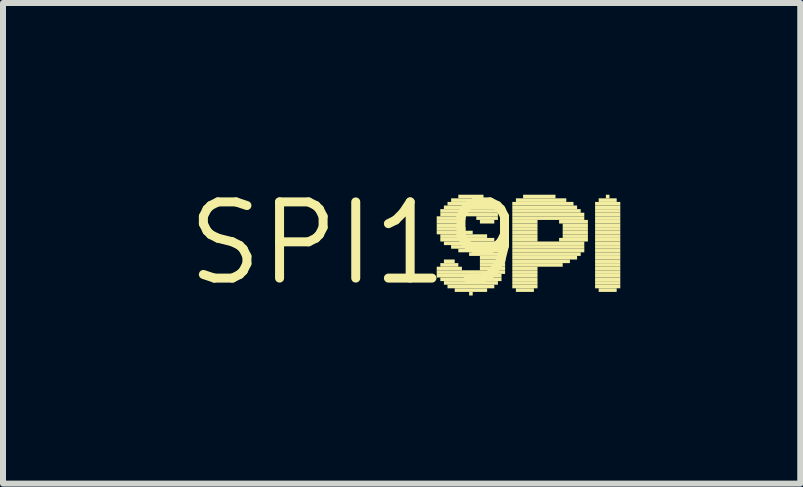
<source format=kicad_pcb>
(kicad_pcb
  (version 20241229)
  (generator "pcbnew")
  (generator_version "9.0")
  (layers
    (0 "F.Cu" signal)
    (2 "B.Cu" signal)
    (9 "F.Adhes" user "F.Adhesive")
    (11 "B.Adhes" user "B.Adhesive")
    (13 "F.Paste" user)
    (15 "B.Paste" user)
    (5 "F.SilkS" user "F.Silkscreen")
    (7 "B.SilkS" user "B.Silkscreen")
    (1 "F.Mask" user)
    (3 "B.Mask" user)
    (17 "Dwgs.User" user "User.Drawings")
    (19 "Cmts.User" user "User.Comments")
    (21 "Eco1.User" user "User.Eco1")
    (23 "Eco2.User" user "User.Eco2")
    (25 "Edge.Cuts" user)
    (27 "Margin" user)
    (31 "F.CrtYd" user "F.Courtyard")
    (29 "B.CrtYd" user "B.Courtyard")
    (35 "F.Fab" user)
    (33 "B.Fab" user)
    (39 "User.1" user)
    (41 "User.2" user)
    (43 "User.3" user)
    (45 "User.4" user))
  (footprint "SPI19"
    (layer "F.Cu")
    (at 2.85 1.006)
    (property "Reference" "SPI19" (at 0 0 0) (layer "F.SilkS") (effects (font (size 1.27 1.27) (thickness 0.15))))
    (fp_poly (pts (xy 1.38 -0.39) (xy 1.86 -0.39) (xy 1.86 -0.45) (xy 1.38 -0.45)) (stroke (width 0) (type solid)) (fill yes) (layer "F.SilkS"))
    (fp_poly (pts (xy 1.38 -0.33) (xy 1.8 -0.33) (xy 1.8 -0.39) (xy 1.38 -0.39)) (stroke (width 0) (type solid)) (fill yes) (layer "F.SilkS"))
    (fp_poly (pts (xy 1.38 -0.27) (xy 1.8 -0.27) (xy 1.8 -0.33) (xy 1.38 -0.33)) (stroke (width 0) (type solid)) (fill yes) (layer "F.SilkS"))
    (fp_poly (pts (xy 1.38 -0.21) (xy 1.86 -0.21) (xy 1.86 -0.27) (xy 1.38 -0.27)) (stroke (width 0) (type solid)) (fill yes) (layer "F.SilkS"))
    (fp_poly (pts (xy 1.38 -0.15) (xy 1.98 -0.15) (xy 1.98 -0.21) (xy 1.38 -0.21)) (stroke (width 0) (type solid)) (fill yes) (layer "F.SilkS"))
    (fp_poly (pts (xy 1.38 0.45) (xy 1.8 0.45) (xy 1.8 0.39) (xy 1.38 0.39)) (stroke (width 0) (type solid)) (fill yes) (layer "F.SilkS"))
    (fp_poly (pts (xy 1.38 0.51) (xy 2.52 0.51) (xy 2.52 0.45) (xy 1.38 0.45)) (stroke (width 0) (type solid)) (fill yes) (layer "F.SilkS"))
    (fp_poly (pts (xy 1.38 0.57) (xy 2.46 0.57) (xy 2.46 0.51) (xy 1.38 0.51)) (stroke (width 0) (type solid)) (fill yes) (layer "F.SilkS"))
    (fp_poly (pts (xy 1.44 -0.51) (xy 2.46 -0.51) (xy 2.46 -0.57) (xy 1.44 -0.57)) (stroke (width 0) (type solid)) (fill yes) (layer "F.SilkS"))
    (fp_poly (pts (xy 1.44 -0.45) (xy 2.4 -0.45) (xy 2.4 -0.51) (xy 1.44 -0.51)) (stroke (width 0) (type solid)) (fill yes) (layer "F.SilkS"))
    (fp_poly (pts (xy 1.44 -0.09) (xy 2.22 -0.09) (xy 2.22 -0.15) (xy 1.44 -0.15)) (stroke (width 0) (type solid)) (fill yes) (layer "F.SilkS"))
    (fp_poly (pts (xy 1.44 -0.03) (xy 2.34 -0.03) (xy 2.34 -0.09) (xy 1.44 -0.09)) (stroke (width 0) (type solid)) (fill yes) (layer "F.SilkS"))
    (fp_poly (pts (xy 1.44 0.39) (xy 1.74 0.39) (xy 1.74 0.33) (xy 1.44 0.33)) (stroke (width 0) (type solid)) (fill yes) (layer "F.SilkS"))
    (fp_poly (pts (xy 1.44 0.63) (xy 2.46 0.63) (xy 2.46 0.57) (xy 1.44 0.57)) (stroke (width 0) (type solid)) (fill yes) (layer "F.SilkS"))
    (fp_poly (pts (xy 1.5 -0.57) (xy 2.4 -0.57) (xy 2.4 -0.63) (xy 1.5 -0.63)) (stroke (width 0) (type solid)) (fill yes) (layer "F.SilkS"))
    (fp_poly (pts (xy 1.5 0.03) (xy 2.46 0.03) (xy 2.46 -0.03) (xy 1.5 -0.03)) (stroke (width 0) (type solid)) (fill yes) (layer "F.SilkS"))
    (fp_poly (pts (xy 1.5 0.33) (xy 1.68 0.33) (xy 1.68 0.27) (xy 1.5 0.27)) (stroke (width 0) (type solid)) (fill yes) (layer "F.SilkS"))
    (fp_poly (pts (xy 1.5 0.69) (xy 2.4 0.69) (xy 2.4 0.63) (xy 1.5 0.63)) (stroke (width 0) (type solid)) (fill yes) (layer "F.SilkS"))
    (fp_poly (pts (xy 1.56 -0.63) (xy 2.4 -0.63) (xy 2.4 -0.69) (xy 1.56 -0.69)) (stroke (width 0) (type solid)) (fill yes) (layer "F.SilkS"))
    (fp_poly (pts (xy 1.56 0.75) (xy 2.34 0.75) (xy 2.34 0.69) (xy 1.56 0.69)) (stroke (width 0) (type solid)) (fill yes) (layer "F.SilkS"))
    (fp_poly (pts (xy 1.62 -0.69) (xy 2.28 -0.69) (xy 2.28 -0.75) (xy 1.62 -0.75)) (stroke (width 0) (type solid)) (fill yes) (layer "F.SilkS"))
    (fp_poly (pts (xy 1.62 0.09) (xy 2.46 0.09) (xy 2.46 0.03) (xy 1.62 0.03)) (stroke (width 0) (type solid)) (fill yes) (layer "F.SilkS"))
    (fp_poly (pts (xy 1.68 0.81) (xy 2.22 0.81) (xy 2.22 0.75) (xy 1.68 0.75)) (stroke (width 0) (type solid)) (fill yes) (layer "F.SilkS"))
    (fp_poly (pts (xy 1.74 -0.75) (xy 2.16 -0.75) (xy 2.16 -0.81) (xy 1.74 -0.81)) (stroke (width 0) (type solid)) (fill yes) (layer "F.SilkS"))
    (fp_poly (pts (xy 1.74 0.15) (xy 2.52 0.15) (xy 2.52 0.09) (xy 1.74 0.09)) (stroke (width 0) (type solid)) (fill yes) (layer "F.SilkS"))
    (fp_poly (pts (xy 1.92 0.21) (xy 2.52 0.21) (xy 2.52 0.15) (xy 1.92 0.15)) (stroke (width 0) (type solid)) (fill yes) (layer "F.SilkS"))
    (fp_poly (pts (xy 1.92 0.87) (xy 1.98 0.87) (xy 1.98 0.81) (xy 1.92 0.81)) (stroke (width 0) (type solid)) (fill yes) (layer "F.SilkS"))
    (fp_poly (pts (xy 2.04 -0.39) (xy 2.4 -0.39) (xy 2.4 -0.45) (xy 2.04 -0.45)) (stroke (width 0) (type solid)) (fill yes) (layer "F.SilkS"))
    (fp_poly (pts (xy 2.1 -0.33) (xy 2.34 -0.33) (xy 2.34 -0.39) (xy 2.1 -0.39)) (stroke (width 0) (type solid)) (fill yes) (layer "F.SilkS"))
    (fp_poly (pts (xy 2.1 0.27) (xy 2.52 0.27) (xy 2.52 0.21) (xy 2.1 0.21)) (stroke (width 0) (type solid)) (fill yes) (layer "F.SilkS"))
    (fp_poly (pts (xy 2.1 0.33) (xy 2.52 0.33) (xy 2.52 0.27) (xy 2.1 0.27)) (stroke (width 0) (type solid)) (fill yes) (layer "F.SilkS"))
    (fp_poly (pts (xy 2.1 0.39) (xy 2.52 0.39) (xy 2.52 0.33) (xy 2.1 0.33)) (stroke (width 0) (type solid)) (fill yes) (layer "F.SilkS"))
    (fp_poly (pts (xy 2.1 0.45) (xy 2.52 0.45) (xy 2.52 0.39) (xy 2.1 0.39)) (stroke (width 0) (type solid)) (fill yes) (layer "F.SilkS"))
    (fp_poly (pts (xy 2.64 -0.63) (xy 3.66 -0.63) (xy 3.66 -0.69) (xy 2.64 -0.69)) (stroke (width 0) (type solid)) (fill yes) (layer "F.SilkS"))
    (fp_poly (pts (xy 2.64 -0.57) (xy 3.72 -0.57) (xy 3.72 -0.63) (xy 2.64 -0.63)) (stroke (width 0) (type solid)) (fill yes) (layer "F.SilkS"))
    (fp_poly (pts (xy 2.64 -0.51) (xy 3.78 -0.51) (xy 3.78 -0.57) (xy 2.64 -0.57)) (stroke (width 0) (type solid)) (fill yes) (layer "F.SilkS"))
    (fp_poly (pts (xy 2.64 -0.45) (xy 3.84 -0.45) (xy 3.84 -0.51) (xy 2.64 -0.51)) (stroke (width 0) (type solid)) (fill yes) (layer "F.SilkS"))
    (fp_poly (pts (xy 2.64 -0.39) (xy 3.84 -0.39) (xy 3.84 -0.45) (xy 2.64 -0.45)) (stroke (width 0) (type solid)) (fill yes) (layer "F.SilkS"))
    (fp_poly (pts (xy 2.64 -0.33) (xy 3.06 -0.33) (xy 3.06 -0.39) (xy 2.64 -0.39)) (stroke (width 0) (type solid)) (fill yes) (layer "F.SilkS"))
    (fp_poly (pts (xy 2.64 -0.27) (xy 3.06 -0.27) (xy 3.06 -0.33) (xy 2.64 -0.33)) (stroke (width 0) (type solid)) (fill yes) (layer "F.SilkS"))
    (fp_poly (pts (xy 2.64 -0.21) (xy 3.06 -0.21) (xy 3.06 -0.27) (xy 2.64 -0.27)) (stroke (width 0) (type solid)) (fill yes) (layer "F.SilkS"))
    (fp_poly (pts (xy 2.64 -0.15) (xy 3.06 -0.15) (xy 3.06 -0.21) (xy 2.64 -0.21)) (stroke (width 0) (type solid)) (fill yes) (layer "F.SilkS"))
    (fp_poly (pts (xy 2.64 -0.09) (xy 3.06 -0.09) (xy 3.06 -0.15) (xy 2.64 -0.15)) (stroke (width 0) (type solid)) (fill yes) (layer "F.SilkS"))
    (fp_poly (pts (xy 2.64 -0.03) (xy 3.06 -0.03) (xy 3.06 -0.09) (xy 2.64 -0.09)) (stroke (width 0) (type solid)) (fill yes) (layer "F.SilkS"))
    (fp_poly (pts (xy 2.64 0.03) (xy 3.84 0.03) (xy 3.84 -0.03) (xy 2.64 -0.03)) (stroke (width 0) (type solid)) (fill yes) (layer "F.SilkS"))
    (fp_poly (pts (xy 2.64 0.09) (xy 3.84 0.09) (xy 3.84 0.03) (xy 2.64 0.03)) (stroke (width 0) (type solid)) (fill yes) (layer "F.SilkS"))
    (fp_poly (pts (xy 2.64 0.15) (xy 3.84 0.15) (xy 3.84 0.09) (xy 2.64 0.09)) (stroke (width 0) (type solid)) (fill yes) (layer "F.SilkS"))
    (fp_poly (pts (xy 2.64 0.21) (xy 3.78 0.21) (xy 3.78 0.15) (xy 2.64 0.15)) (stroke (width 0) (type solid)) (fill yes) (layer "F.SilkS"))
    (fp_poly (pts (xy 2.64 0.27) (xy 3.72 0.27) (xy 3.72 0.21) (xy 2.64 0.21)) (stroke (width 0) (type solid)) (fill yes) (layer "F.SilkS"))
    (fp_poly (pts (xy 2.64 0.33) (xy 3.6 0.33) (xy 3.6 0.27) (xy 2.64 0.27)) (stroke (width 0) (type solid)) (fill yes) (layer "F.SilkS"))
    (fp_poly (pts (xy 2.64 0.39) (xy 3.48 0.39) (xy 3.48 0.33) (xy 2.64 0.33)) (stroke (width 0) (type solid)) (fill yes) (layer "F.SilkS"))
    (fp_poly (pts (xy 2.64 0.45) (xy 3.06 0.45) (xy 3.06 0.39) (xy 2.64 0.39)) (stroke (width 0) (type solid)) (fill yes) (layer "F.SilkS"))
    (fp_poly (pts (xy 2.64 0.51) (xy 3.06 0.51) (xy 3.06 0.45) (xy 2.64 0.45)) (stroke (width 0) (type solid)) (fill yes) (layer "F.SilkS"))
    (fp_poly (pts (xy 2.64 0.57) (xy 3.06 0.57) (xy 3.06 0.51) (xy 2.64 0.51)) (stroke (width 0) (type solid)) (fill yes) (layer "F.SilkS"))
    (fp_poly (pts (xy 2.64 0.63) (xy 3.06 0.63) (xy 3.06 0.57) (xy 2.64 0.57)) (stroke (width 0) (type solid)) (fill yes) (layer "F.SilkS"))
    (fp_poly (pts (xy 2.64 0.69) (xy 3.06 0.69) (xy 3.06 0.63) (xy 2.64 0.63)) (stroke (width 0) (type solid)) (fill yes) (layer "F.SilkS"))
    (fp_poly (pts (xy 2.64 0.75) (xy 3.06 0.75) (xy 3.06 0.69) (xy 2.64 0.69)) (stroke (width 0) (type solid)) (fill yes) (layer "F.SilkS"))
    (fp_poly (pts (xy 2.7 -0.69) (xy 3.54 -0.69) (xy 3.54 -0.75) (xy 2.7 -0.75)) (stroke (width 0) (type solid)) (fill yes) (layer "F.SilkS"))
    (fp_poly (pts (xy 2.7 0.81) (xy 3 0.81) (xy 3 0.75) (xy 2.7 0.75)) (stroke (width 0) (type solid)) (fill yes) (layer "F.SilkS"))
    (fp_poly (pts (xy 2.82 -0.75) (xy 3.36 -0.75) (xy 3.36 -0.81) (xy 2.82 -0.81)) (stroke (width 0) (type solid)) (fill yes) (layer "F.SilkS"))
    (fp_poly (pts (xy 3.42 -0.33) (xy 3.9 -0.33) (xy 3.9 -0.39) (xy 3.42 -0.39)) (stroke (width 0) (type solid)) (fill yes) (layer "F.SilkS"))
    (fp_poly (pts (xy 3.42 -0.03) (xy 3.9 -0.03) (xy 3.9 -0.09) (xy 3.42 -0.09)) (stroke (width 0) (type solid)) (fill yes) (layer "F.SilkS"))
    (fp_poly (pts (xy 3.48 -0.27) (xy 3.9 -0.27) (xy 3.9 -0.33) (xy 3.48 -0.33)) (stroke (width 0) (type solid)) (fill yes) (layer "F.SilkS"))
    (fp_poly (pts (xy 3.48 -0.21) (xy 3.9 -0.21) (xy 3.9 -0.27) (xy 3.48 -0.27)) (stroke (width 0) (type solid)) (fill yes) (layer "F.SilkS"))
    (fp_poly (pts (xy 3.48 -0.15) (xy 3.9 -0.15) (xy 3.9 -0.21) (xy 3.48 -0.21)) (stroke (width 0) (type solid)) (fill yes) (layer "F.SilkS"))
    (fp_poly (pts (xy 3.48 -0.09) (xy 3.9 -0.09) (xy 3.9 -0.15) (xy 3.48 -0.15)) (stroke (width 0) (type solid)) (fill yes) (layer "F.SilkS"))
    (fp_poly (pts (xy 4.02 -0.63) (xy 4.44 -0.63) (xy 4.44 -0.69) (xy 4.02 -0.69)) (stroke (width 0) (type solid)) (fill yes) (layer "F.SilkS"))
    (fp_poly (pts (xy 4.02 -0.57) (xy 4.44 -0.57) (xy 4.44 -0.63) (xy 4.02 -0.63)) (stroke (width 0) (type solid)) (fill yes) (layer "F.SilkS"))
    (fp_poly (pts (xy 4.02 -0.51) (xy 4.44 -0.51) (xy 4.44 -0.57) (xy 4.02 -0.57)) (stroke (width 0) (type solid)) (fill yes) (layer "F.SilkS"))
    (fp_poly (pts (xy 4.02 -0.45) (xy 4.44 -0.45) (xy 4.44 -0.51) (xy 4.02 -0.51)) (stroke (width 0) (type solid)) (fill yes) (layer "F.SilkS"))
    (fp_poly (pts (xy 4.02 -0.39) (xy 4.44 -0.39) (xy 4.44 -0.45) (xy 4.02 -0.45)) (stroke (width 0) (type solid)) (fill yes) (layer "F.SilkS"))
    (fp_poly (pts (xy 4.02 -0.33) (xy 4.44 -0.33) (xy 4.44 -0.39) (xy 4.02 -0.39)) (stroke (width 0) (type solid)) (fill yes) (layer "F.SilkS"))
    (fp_poly (pts (xy 4.02 -0.27) (xy 4.44 -0.27) (xy 4.44 -0.33) (xy 4.02 -0.33)) (stroke (width 0) (type solid)) (fill yes) (layer "F.SilkS"))
    (fp_poly (pts (xy 4.02 -0.21) (xy 4.44 -0.21) (xy 4.44 -0.27) (xy 4.02 -0.27)) (stroke (width 0) (type solid)) (fill yes) (layer "F.SilkS"))
    (fp_poly (pts (xy 4.02 -0.15) (xy 4.44 -0.15) (xy 4.44 -0.21) (xy 4.02 -0.21)) (stroke (width 0) (type solid)) (fill yes) (layer "F.SilkS"))
    (fp_poly (pts (xy 4.02 -0.09) (xy 4.44 -0.09) (xy 4.44 -0.15) (xy 4.02 -0.15)) (stroke (width 0) (type solid)) (fill yes) (layer "F.SilkS"))
    (fp_poly (pts (xy 4.02 -0.03) (xy 4.44 -0.03) (xy 4.44 -0.09) (xy 4.02 -0.09)) (stroke (width 0) (type solid)) (fill yes) (layer "F.SilkS"))
    (fp_poly (pts (xy 4.02 0.03) (xy 4.44 0.03) (xy 4.44 -0.03) (xy 4.02 -0.03)) (stroke (width 0) (type solid)) (fill yes) (layer "F.SilkS"))
    (fp_poly (pts (xy 4.02 0.09) (xy 4.44 0.09) (xy 4.44 0.03) (xy 4.02 0.03)) (stroke (width 0) (type solid)) (fill yes) (layer "F.SilkS"))
    (fp_poly (pts (xy 4.02 0.15) (xy 4.44 0.15) (xy 4.44 0.09) (xy 4.02 0.09)) (stroke (width 0) (type solid)) (fill yes) (layer "F.SilkS"))
    (fp_poly (pts (xy 4.02 0.21) (xy 4.44 0.21) (xy 4.44 0.15) (xy 4.02 0.15)) (stroke (width 0) (type solid)) (fill yes) (layer "F.SilkS"))
    (fp_poly (pts (xy 4.02 0.27) (xy 4.44 0.27) (xy 4.44 0.21) (xy 4.02 0.21)) (stroke (width 0) (type solid)) (fill yes) (layer "F.SilkS"))
    (fp_poly (pts (xy 4.02 0.33) (xy 4.44 0.33) (xy 4.44 0.27) (xy 4.02 0.27)) (stroke (width 0) (type solid)) (fill yes) (layer "F.SilkS"))
    (fp_poly (pts (xy 4.02 0.39) (xy 4.44 0.39) (xy 4.44 0.33) (xy 4.02 0.33)) (stroke (width 0) (type solid)) (fill yes) (layer "F.SilkS"))
    (fp_poly (pts (xy 4.02 0.45) (xy 4.44 0.45) (xy 4.44 0.39) (xy 4.02 0.39)) (stroke (width 0) (type solid)) (fill yes) (layer "F.SilkS"))
    (fp_poly (pts (xy 4.02 0.51) (xy 4.44 0.51) (xy 4.44 0.45) (xy 4.02 0.45)) (stroke (width 0) (type solid)) (fill yes) (layer "F.SilkS"))
    (fp_poly (pts (xy 4.02 0.57) (xy 4.44 0.57) (xy 4.44 0.51) (xy 4.02 0.51)) (stroke (width 0) (type solid)) (fill yes) (layer "F.SilkS"))
    (fp_poly (pts (xy 4.02 0.63) (xy 4.44 0.63) (xy 4.44 0.57) (xy 4.02 0.57)) (stroke (width 0) (type solid)) (fill yes) (layer "F.SilkS"))
    (fp_poly (pts (xy 4.02 0.69) (xy 4.44 0.69) (xy 4.44 0.63) (xy 4.02 0.63)) (stroke (width 0) (type solid)) (fill yes) (layer "F.SilkS"))
    (fp_poly (pts (xy 4.02 0.75) (xy 4.44 0.75) (xy 4.44 0.69) (xy 4.02 0.69)) (stroke (width 0) (type solid)) (fill yes) (layer "F.SilkS"))
    (fp_poly (pts (xy 4.08 -0.69) (xy 4.38 -0.69) (xy 4.38 -0.75) (xy 4.08 -0.75)) (stroke (width 0) (type solid)) (fill yes) (layer "F.SilkS"))
    (fp_poly (pts (xy 4.08 0.81) (xy 4.38 0.81) (xy 4.38 0.75) (xy 4.08 0.75)) (stroke (width 0) (type solid)) (fill yes) (layer "F.SilkS"))
    (fp_poly (pts (xy 4.2 -0.75) (xy 4.26 -0.75) (xy 4.26 -0.81) (xy 4.2 -0.81)) (stroke (width 0) (type solid)) (fill yes) (layer "F.SilkS")))
  (gr_rect
    (start -3 -3)
    (end 10.29 5.012)
    (stroke (width 0.1) (type default))
    (fill no)
    (layer "Edge.Cuts")))
</source>
